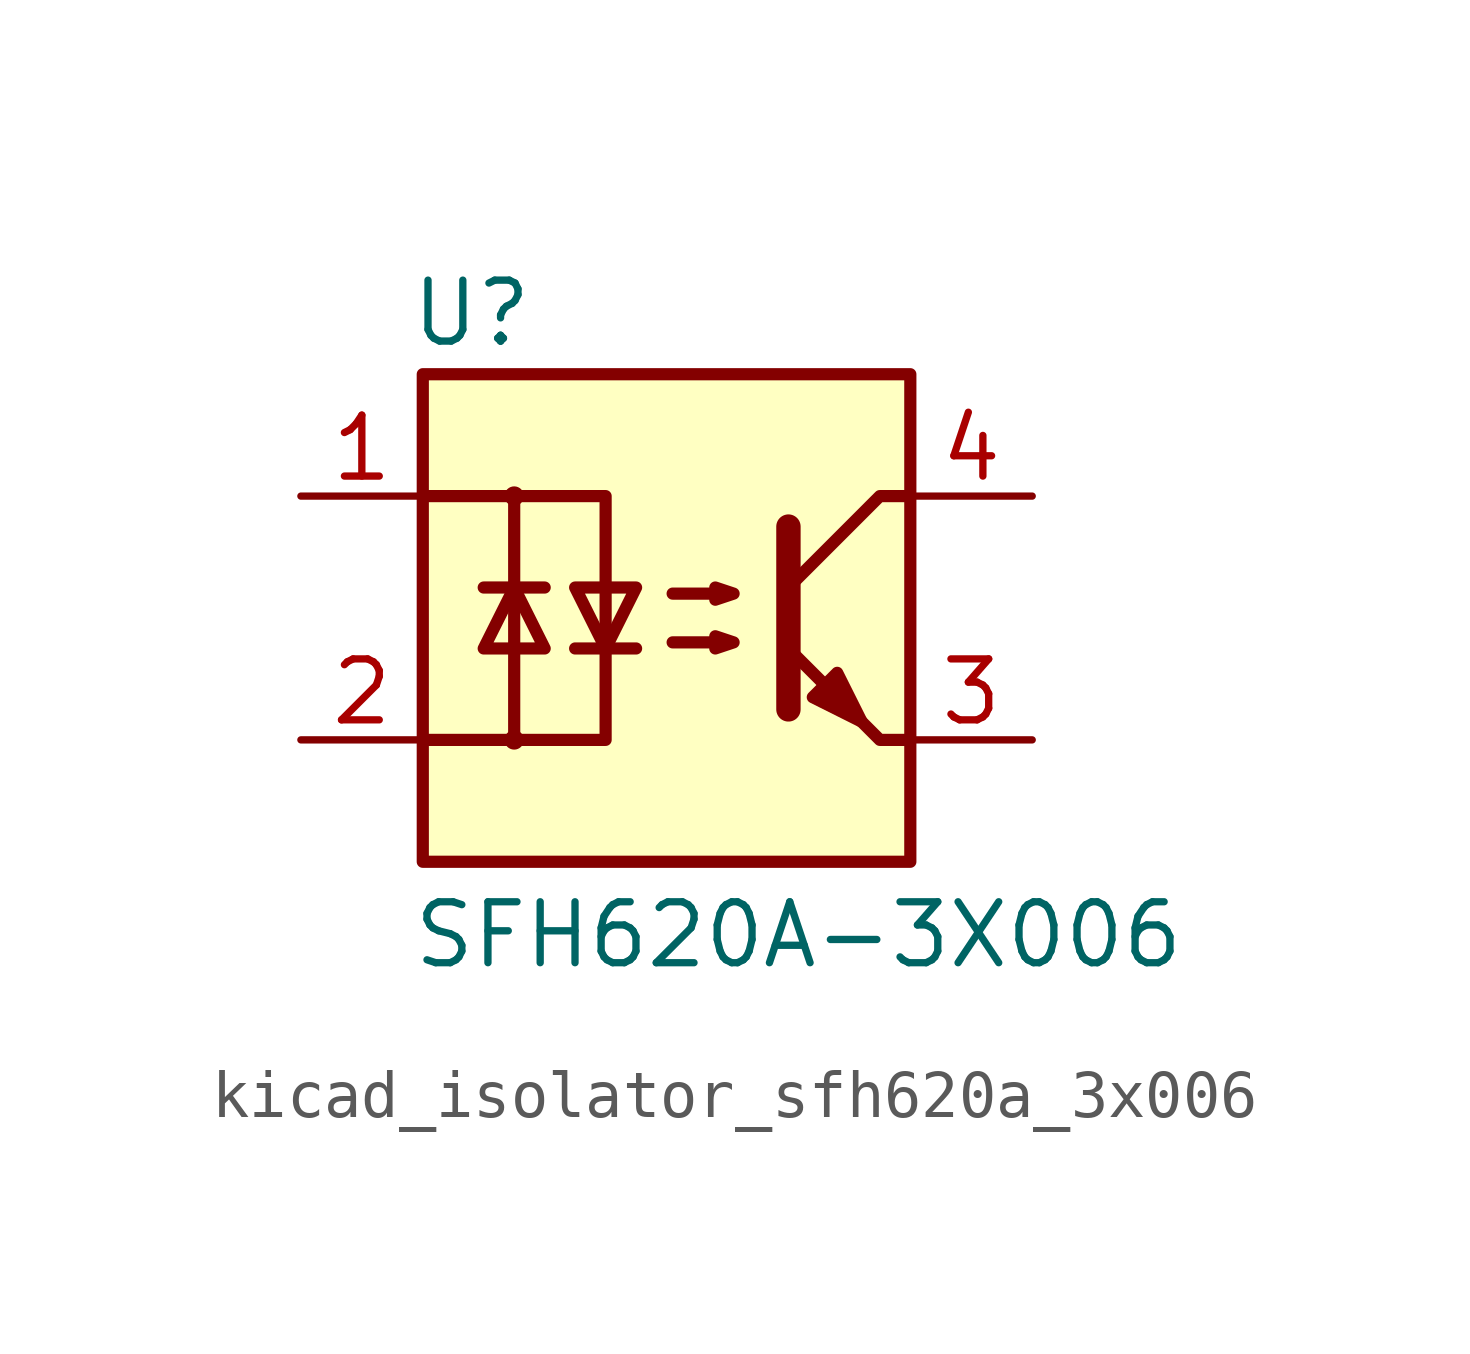
<source format=kicad_sym>
(kicad_symbol_lib
  (version 20220914)
  (generator kicad_symbol_editor)
  (symbol "kicad_isolator_sfh620a_3x006"
    (pin_names
      (offset 1.016))
    (property "Reference" "U"
      (at -4.064 6.35 0)
      (effects (font (size 1.27 1.27))))
    (property "Value" "SFH620A-3X006"
      (at -5.334 -6.604 0)
      (effects (font (size 1.27 1.27)) (justify left)))
    (symbol "kicad_isolator_sfh620a_3x006_1_1"
      (rectangle (start -5.08 5.08) (end 5.08 -5.08) (stroke (width 0.254) (type default)) (fill (type background)))
      (circle (center -3.175 -2.54) (radius 0.127) (stroke (width 0) (type default)) (fill (type none)))
      (circle (center -3.175 2.54) (radius 0.127) (stroke (width 0) (type default)) (fill (type none)))
      (polyline (pts (xy -3.81 0.635) (xy -2.54 0.635)) (stroke (width 0.254) (type default)) (fill (type none)))
      (polyline (pts (xy -1.905 -0.635) (xy -0.635 -0.635)) (stroke (width 0.254) (type default)) (fill (type none)))
      (polyline (pts (xy 2.54 1.905) (xy 2.54 -1.905) (xy 2.54 -1.905)) (stroke (width 0.508) (type default)) (fill (type none)))
      (polyline (pts (xy 5.08 -2.54) (xy 4.445 -2.54) (xy 2.54 -0.635)) (stroke (width 0.254) (type default)) (fill (type none)))
      (polyline (pts (xy 5.08 2.54) (xy 4.445 2.54) (xy 2.54 0.635)) (stroke (width 0.254) (type default)) (fill (type none)))
      (polyline (pts (xy -5.08 2.54) (xy -3.175 2.54) (xy -3.175 -2.54) (xy -5.08 -2.54)) (stroke (width 0.254) (type default)) (fill (type none)))
      (polyline (pts (xy -3.175 -2.54) (xy -1.27 -2.54) (xy -1.27 2.54) (xy -3.175 2.54)) (stroke (width 0.254) (type default)) (fill (type none)))
      (polyline (pts (xy -3.175 0.635) (xy -3.81 -0.635) (xy -2.54 -0.635) (xy -3.175 0.635)) (stroke (width 0.254) (type default)) (fill (type none)))
      (polyline (pts (xy -1.27 -0.635) (xy -1.905 0.635) (xy -0.635 0.635) (xy -1.27 -0.635)) (stroke (width 0.254) (type default)) (fill (type none)))
      (polyline (pts (xy 0.127 -0.508) (xy 1.397 -0.508) (xy 1.016 -0.635) (xy 1.016 -0.381) (xy 1.397 -0.508)) (stroke (width 0.254) (type default)) (fill (type none)))
      (polyline (pts (xy 0.127 0.508) (xy 1.397 0.508) (xy 1.016 0.381) (xy 1.016 0.635) (xy 1.397 0.508)) (stroke (width 0.254) (type default)) (fill (type none)))
      (polyline (pts (xy 3.048 -1.651) (xy 3.556 -1.143) (xy 4.064 -2.159) (xy 3.048 -1.651) (xy 3.048 -1.651)) (stroke (width 0.254) (type default)) (fill (type outline)))
      (pin passive line (at -7.62 2.54 0) (length 2.54) (name "~" (effects (font (size 1.27 1.27)))) (number "1" (effects (font (size 1.27 1.27)))))
      (pin passive line (at -7.62 -2.54 0) (length 2.54) (name "~" (effects (font (size 1.27 1.27)))) (number "2" (effects (font (size 1.27 1.27)))))
      (pin passive line (at 7.62 -2.54 180) (length 2.54) (name "~" (effects (font (size 1.27 1.27)))) (number "3" (effects (font (size 1.27 1.27)))))
      (pin passive line (at 7.62 2.54 180) (length 2.54) (name "~" (effects (font (size 1.27 1.27)))) (number "4" (effects (font (size 1.27 1.27))))))))
</source>
